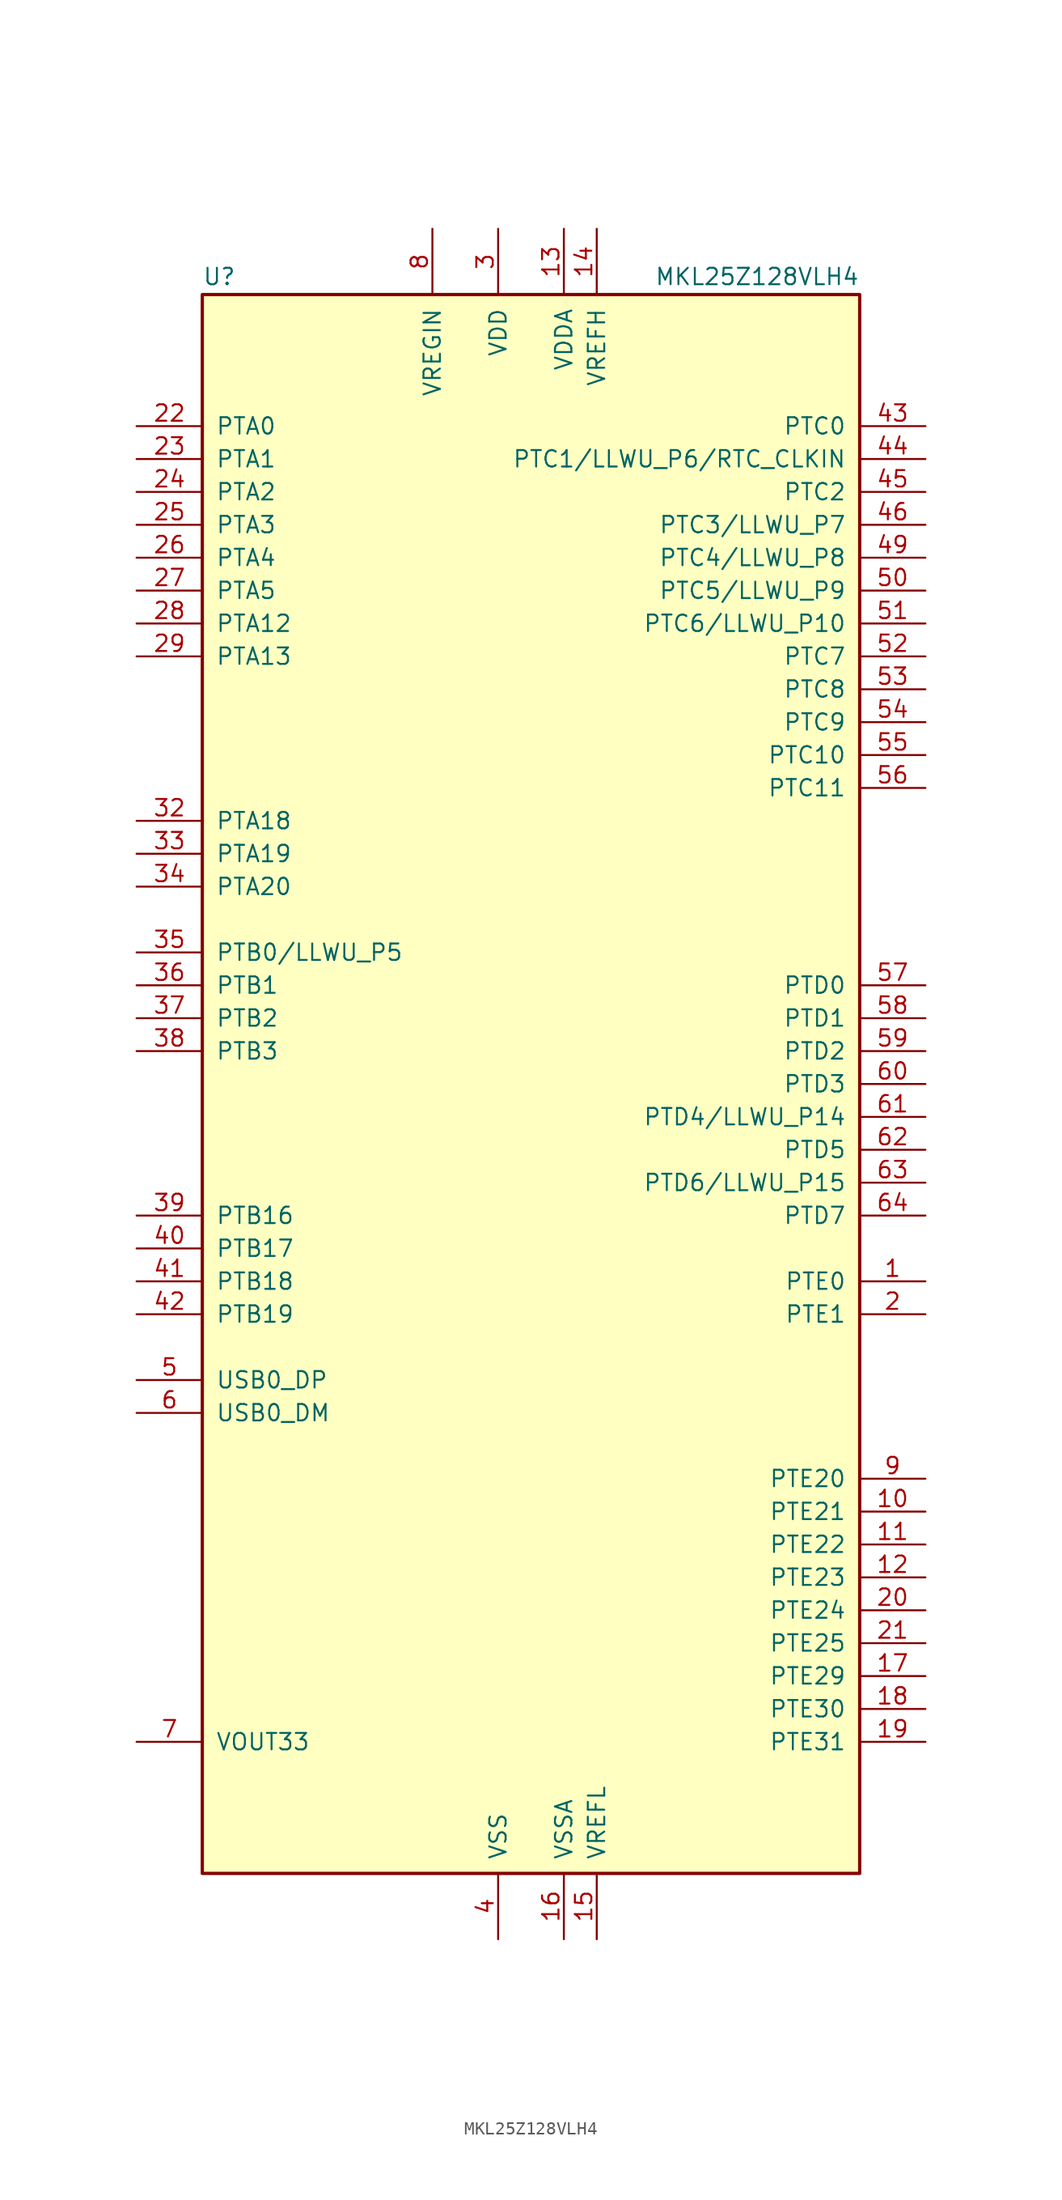
<source format=kicad_sym>
(kicad_symbol_lib
  (version 20211014)
  (generator kicad_symbol_editor)
  (symbol "MKL25Z128VLH4"
    (pin_names
      (offset 1.016))
    (property "Reference" "U"
      (at -25.4 61.595 0)
      (effects (font (size 1.27 1.27)) (justify left bottom)))
    (property "Value" "MKL25Z128VLH4"
      (at 25.4 61.595 0)
      (effects (font (size 1.27 1.27)) (justify right bottom)))
    (symbol "MKL25Z128VLH4_0_1"
      (rectangle (start -25.4 60.96) (end 25.4 -60.96) (stroke (width 0.254) (type default) (color 0 0 0 0)) (fill (type background))))
    (symbol "MKL25Z128VLH4_1_1"
      (pin bidirectional line (at 30.48 -15.24 180) (length 5.08) (name "PTE0" (effects (font (size 1.27 1.27)))) (number "1" (effects (font (size 1.27 1.27)))))
      (pin bidirectional line (at 30.48 -33.02 180) (length 5.08) (name "PTE21" (effects (font (size 1.27 1.27)))) (number "10" (effects (font (size 1.27 1.27)))))
      (pin bidirectional line (at 30.48 -35.56 180) (length 5.08) (name "PTE22" (effects (font (size 1.27 1.27)))) (number "11" (effects (font (size 1.27 1.27)))))
      (pin bidirectional line (at 30.48 -38.1 180) (length 5.08) (name "PTE23" (effects (font (size 1.27 1.27)))) (number "12" (effects (font (size 1.27 1.27)))))
      (pin power_in line (at 2.54 66.04 270) (length 5.08) (name "VDDA" (effects (font (size 1.27 1.27)))) (number "13" (effects (font (size 1.27 1.27)))))
      (pin power_in line (at 5.08 66.04 270) (length 5.08) (name "VREFH" (effects (font (size 1.27 1.27)))) (number "14" (effects (font (size 1.27 1.27)))))
      (pin power_in line (at 5.08 -66.04 90) (length 5.08) (name "VREFL" (effects (font (size 1.27 1.27)))) (number "15" (effects (font (size 1.27 1.27)))))
      (pin power_in line (at 2.54 -66.04 90) (length 5.08) (name "VSSA" (effects (font (size 1.27 1.27)))) (number "16" (effects (font (size 1.27 1.27)))))
      (pin bidirectional line (at 30.48 -45.72 180) (length 5.08) (name "PTE29" (effects (font (size 1.27 1.27)))) (number "17" (effects (font (size 1.27 1.27)))))
      (pin bidirectional line (at 30.48 -48.26 180) (length 5.08) (name "PTE30" (effects (font (size 1.27 1.27)))) (number "18" (effects (font (size 1.27 1.27)))))
      (pin bidirectional line (at 30.48 -50.8 180) (length 5.08) (name "PTE31" (effects (font (size 1.27 1.27)))) (number "19" (effects (font (size 1.27 1.27)))))
      (pin bidirectional line (at 30.48 -17.78 180) (length 5.08) (name "PTE1" (effects (font (size 1.27 1.27)))) (number "2" (effects (font (size 1.27 1.27)))))
      (pin bidirectional line (at 30.48 -40.64 180) (length 5.08) (name "PTE24" (effects (font (size 1.27 1.27)))) (number "20" (effects (font (size 1.27 1.27)))))
      (pin bidirectional line (at 30.48 -43.18 180) (length 5.08) (name "PTE25" (effects (font (size 1.27 1.27)))) (number "21" (effects (font (size 1.27 1.27)))))
      (pin bidirectional line (at -30.48 50.8 0) (length 5.08) (name "PTA0" (effects (font (size 1.27 1.27)))) (number "22" (effects (font (size 1.27 1.27)))))
      (pin bidirectional line (at -30.48 48.26 0) (length 5.08) (name "PTA1" (effects (font (size 1.27 1.27)))) (number "23" (effects (font (size 1.27 1.27)))))
      (pin bidirectional line (at -30.48 45.72 0) (length 5.08) (name "PTA2" (effects (font (size 1.27 1.27)))) (number "24" (effects (font (size 1.27 1.27)))))
      (pin bidirectional line (at -30.48 43.18 0) (length 5.08) (name "PTA3" (effects (font (size 1.27 1.27)))) (number "25" (effects (font (size 1.27 1.27)))))
      (pin bidirectional line (at -30.48 40.64 0) (length 5.08) (name "PTA4" (effects (font (size 1.27 1.27)))) (number "26" (effects (font (size 1.27 1.27)))))
      (pin bidirectional line (at -30.48 38.1 0) (length 5.08) (name "PTA5" (effects (font (size 1.27 1.27)))) (number "27" (effects (font (size 1.27 1.27)))))
      (pin bidirectional line (at -30.48 35.56 0) (length 5.08) (name "PTA12" (effects (font (size 1.27 1.27)))) (number "28" (effects (font (size 1.27 1.27)))))
      (pin bidirectional line (at -30.48 33.02 0) (length 5.08) (name "PTA13" (effects (font (size 1.27 1.27)))) (number "29" (effects (font (size 1.27 1.27)))))
      (pin power_in line (at -2.54 66.04 270) (length 5.08) (name "VDD" (effects (font (size 1.27 1.27)))) (number "3" (effects (font (size 1.27 1.27)))))
      (pin passive line (at -2.54 66.04 270) (length 5.08) hide (name "VDD" (effects (font (size 1.27 1.27)))) (number "30" (effects (font (size 1.27 1.27)))))
      (pin passive line (at -2.54 -66.04 90) (length 5.08) hide (name "VSS" (effects (font (size 1.27 1.27)))) (number "31" (effects (font (size 1.27 1.27)))))
      (pin bidirectional line (at -30.48 20.32 0) (length 5.08) (name "PTA18" (effects (font (size 1.27 1.27)))) (number "32" (effects (font (size 1.27 1.27)))))
      (pin bidirectional line (at -30.48 17.78 0) (length 5.08) (name "PTA19" (effects (font (size 1.27 1.27)))) (number "33" (effects (font (size 1.27 1.27)))))
      (pin bidirectional line (at -30.48 15.24 0) (length 5.08) (name "PTA20" (effects (font (size 1.27 1.27)))) (number "34" (effects (font (size 1.27 1.27)))))
      (pin bidirectional line (at -30.48 10.16 0) (length 5.08) (name "PTB0/LLWU_P5" (effects (font (size 1.27 1.27)))) (number "35" (effects (font (size 1.27 1.27)))))
      (pin bidirectional line (at -30.48 7.62 0) (length 5.08) (name "PTB1" (effects (font (size 1.27 1.27)))) (number "36" (effects (font (size 1.27 1.27)))))
      (pin bidirectional line (at -30.48 5.08 0) (length 5.08) (name "PTB2" (effects (font (size 1.27 1.27)))) (number "37" (effects (font (size 1.27 1.27)))))
      (pin bidirectional line (at -30.48 2.54 0) (length 5.08) (name "PTB3" (effects (font (size 1.27 1.27)))) (number "38" (effects (font (size 1.27 1.27)))))
      (pin bidirectional line (at -30.48 -10.16 0) (length 5.08) (name "PTB16" (effects (font (size 1.27 1.27)))) (number "39" (effects (font (size 1.27 1.27)))))
      (pin power_in line (at -2.54 -66.04 90) (length 5.08) (name "VSS" (effects (font (size 1.27 1.27)))) (number "4" (effects (font (size 1.27 1.27)))))
      (pin bidirectional line (at -30.48 -12.7 0) (length 5.08) (name "PTB17" (effects (font (size 1.27 1.27)))) (number "40" (effects (font (size 1.27 1.27)))))
      (pin bidirectional line (at -30.48 -15.24 0) (length 5.08) (name "PTB18" (effects (font (size 1.27 1.27)))) (number "41" (effects (font (size 1.27 1.27)))))
      (pin bidirectional line (at -30.48 -17.78 0) (length 5.08) (name "PTB19" (effects (font (size 1.27 1.27)))) (number "42" (effects (font (size 1.27 1.27)))))
      (pin bidirectional line (at 30.48 50.8 180) (length 5.08) (name "PTC0" (effects (font (size 1.27 1.27)))) (number "43" (effects (font (size 1.27 1.27)))))
      (pin bidirectional line (at 30.48 48.26 180) (length 5.08) (name "PTC1/LLWU_P6/RTC_CLKIN" (effects (font (size 1.27 1.27)))) (number "44" (effects (font (size 1.27 1.27)))))
      (pin bidirectional line (at 30.48 45.72 180) (length 5.08) (name "PTC2" (effects (font (size 1.27 1.27)))) (number "45" (effects (font (size 1.27 1.27)))))
      (pin bidirectional line (at 30.48 43.18 180) (length 5.08) (name "PTC3/LLWU_P7" (effects (font (size 1.27 1.27)))) (number "46" (effects (font (size 1.27 1.27)))))
      (pin passive line (at -2.54 -66.04 90) (length 5.08) hide (name "VSS" (effects (font (size 1.27 1.27)))) (number "47" (effects (font (size 1.27 1.27)))))
      (pin passive line (at -2.54 66.04 270) (length 5.08) hide (name "VDD" (effects (font (size 1.27 1.27)))) (number "48" (effects (font (size 1.27 1.27)))))
      (pin bidirectional line (at 30.48 40.64 180) (length 5.08) (name "PTC4/LLWU_P8" (effects (font (size 1.27 1.27)))) (number "49" (effects (font (size 1.27 1.27)))))
      (pin bidirectional line (at -30.48 -22.86 0) (length 5.08) (name "USB0_DP" (effects (font (size 1.27 1.27)))) (number "5" (effects (font (size 1.27 1.27)))))
      (pin bidirectional line (at 30.48 38.1 180) (length 5.08) (name "PTC5/LLWU_P9" (effects (font (size 1.27 1.27)))) (number "50" (effects (font (size 1.27 1.27)))))
      (pin bidirectional line (at 30.48 35.56 180) (length 5.08) (name "PTC6/LLWU_P10" (effects (font (size 1.27 1.27)))) (number "51" (effects (font (size 1.27 1.27)))))
      (pin bidirectional line (at 30.48 33.02 180) (length 5.08) (name "PTC7" (effects (font (size 1.27 1.27)))) (number "52" (effects (font (size 1.27 1.27)))))
      (pin bidirectional line (at 30.48 30.48 180) (length 5.08) (name "PTC8" (effects (font (size 1.27 1.27)))) (number "53" (effects (font (size 1.27 1.27)))))
      (pin bidirectional line (at 30.48 27.94 180) (length 5.08) (name "PTC9" (effects (font (size 1.27 1.27)))) (number "54" (effects (font (size 1.27 1.27)))))
      (pin bidirectional line (at 30.48 25.4 180) (length 5.08) (name "PTC10" (effects (font (size 1.27 1.27)))) (number "55" (effects (font (size 1.27 1.27)))))
      (pin bidirectional line (at 30.48 22.86 180) (length 5.08) (name "PTC11" (effects (font (size 1.27 1.27)))) (number "56" (effects (font (size 1.27 1.27)))))
      (pin bidirectional line (at 30.48 7.62 180) (length 5.08) (name "PTD0" (effects (font (size 1.27 1.27)))) (number "57" (effects (font (size 1.27 1.27)))))
      (pin bidirectional line (at 30.48 5.08 180) (length 5.08) (name "PTD1" (effects (font (size 1.27 1.27)))) (number "58" (effects (font (size 1.27 1.27)))))
      (pin bidirectional line (at 30.48 2.54 180) (length 5.08) (name "PTD2" (effects (font (size 1.27 1.27)))) (number "59" (effects (font (size 1.27 1.27)))))
      (pin bidirectional line (at -30.48 -25.4 0) (length 5.08) (name "USB0_DM" (effects (font (size 1.27 1.27)))) (number "6" (effects (font (size 1.27 1.27)))))
      (pin bidirectional line (at 30.48 0 180) (length 5.08) (name "PTD3" (effects (font (size 1.27 1.27)))) (number "60" (effects (font (size 1.27 1.27)))))
      (pin bidirectional line (at 30.48 -2.54 180) (length 5.08) (name "PTD4/LLWU_P14" (effects (font (size 1.27 1.27)))) (number "61" (effects (font (size 1.27 1.27)))))
      (pin bidirectional line (at 30.48 -5.08 180) (length 5.08) (name "PTD5" (effects (font (size 1.27 1.27)))) (number "62" (effects (font (size 1.27 1.27)))))
      (pin bidirectional line (at 30.48 -7.62 180) (length 5.08) (name "PTD6/LLWU_P15" (effects (font (size 1.27 1.27)))) (number "63" (effects (font (size 1.27 1.27)))))
      (pin bidirectional line (at 30.48 -10.16 180) (length 5.08) (name "PTD7" (effects (font (size 1.27 1.27)))) (number "64" (effects (font (size 1.27 1.27)))))
      (pin power_out line (at -30.48 -50.8 0) (length 5.08) (name "VOUT33" (effects (font (size 1.27 1.27)))) (number "7" (effects (font (size 1.27 1.27)))))
      (pin power_in line (at -7.62 66.04 270) (length 5.08) (name "VREGIN" (effects (font (size 1.27 1.27)))) (number "8" (effects (font (size 1.27 1.27)))))
      (pin bidirectional line (at 30.48 -30.48 180) (length 5.08) (name "PTE20" (effects (font (size 1.27 1.27)))) (number "9" (effects (font (size 1.27 1.27))))))))
</source>
